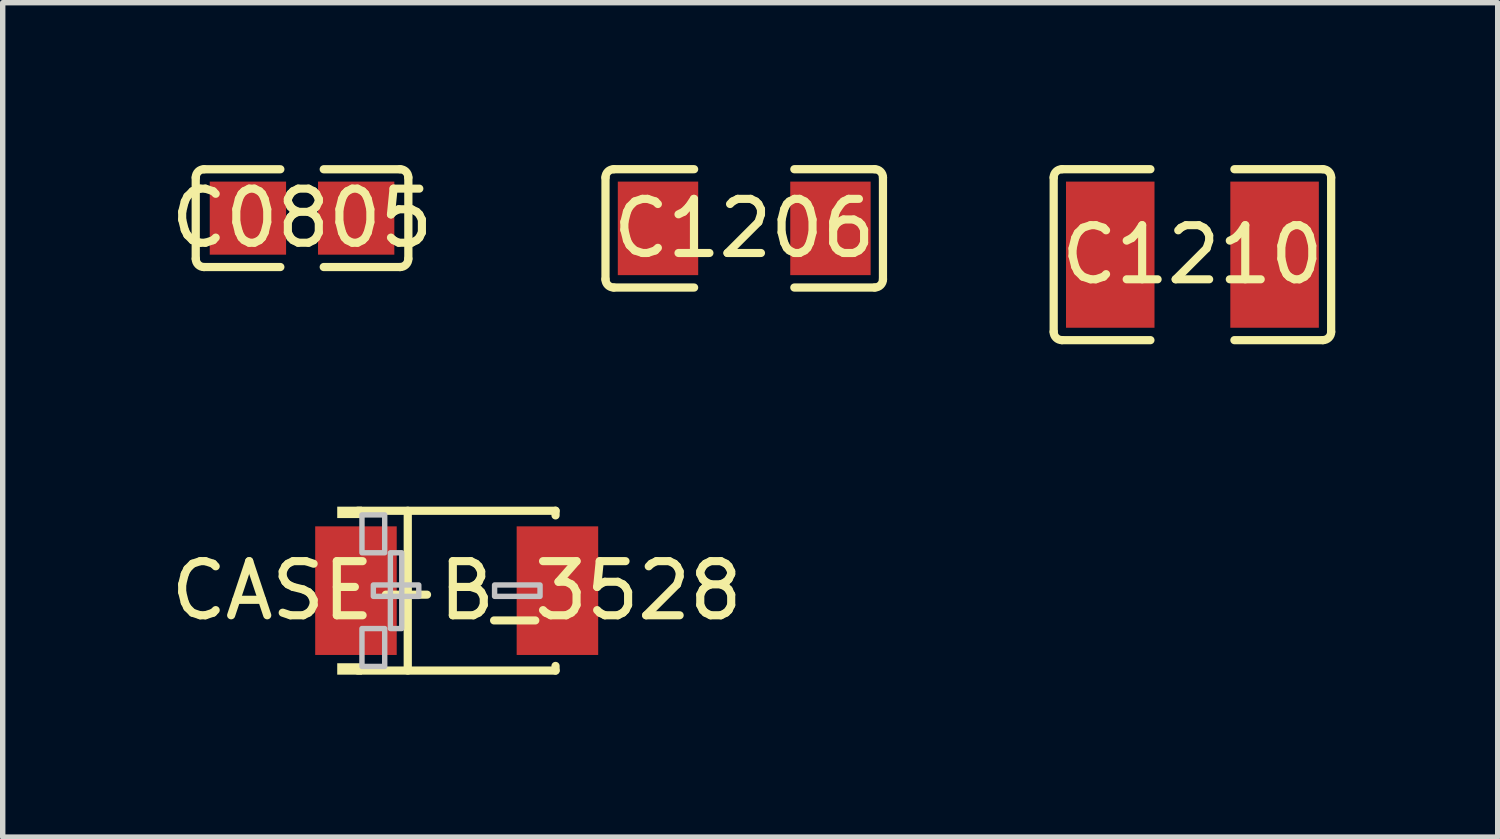
<source format=kicad_pcb>
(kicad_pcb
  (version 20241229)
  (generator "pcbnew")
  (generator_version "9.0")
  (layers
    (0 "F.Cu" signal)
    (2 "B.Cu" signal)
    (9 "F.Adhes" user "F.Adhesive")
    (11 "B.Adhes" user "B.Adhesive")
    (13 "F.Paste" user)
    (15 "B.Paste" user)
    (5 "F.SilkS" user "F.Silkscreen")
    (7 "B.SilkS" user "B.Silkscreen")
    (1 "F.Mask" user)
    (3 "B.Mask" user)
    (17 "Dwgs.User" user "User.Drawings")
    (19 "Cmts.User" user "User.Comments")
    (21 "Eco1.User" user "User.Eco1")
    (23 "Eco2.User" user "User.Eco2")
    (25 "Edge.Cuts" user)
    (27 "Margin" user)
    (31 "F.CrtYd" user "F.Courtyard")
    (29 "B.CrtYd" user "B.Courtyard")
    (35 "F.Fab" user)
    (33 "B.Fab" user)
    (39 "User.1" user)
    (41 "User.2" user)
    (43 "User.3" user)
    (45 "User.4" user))
  (footprint "C1206"
    (layer "F.Cu")
    (at 10.699 1.169)
    (property "Reference" "C1206" (at 0 0 0) (layer "F.SilkS") (effects (font (size 1 1) (thickness 0.15))))
    (fp_line (start -2.563 0.94) (end -2.563 -0.94) (stroke (width 0.152) (type default)) (layer "F.SilkS"))
    (fp_line (start -2.411 -1.093) (end -0.926 -1.093) (stroke (width 0.152) (type default)) (layer "F.SilkS"))
    (fp_line (start -0.926 1.093) (end -2.411 1.093) (stroke (width 0.152) (type default)) (layer "F.SilkS"))
    (fp_line (start 0.926 1.093) (end 2.411 1.093) (stroke (width 0.152) (type default)) (layer "F.SilkS"))
    (fp_line (start 2.411 -1.093) (end 0.926 -1.093) (stroke (width 0.152) (type default)) (layer "F.SilkS"))
    (fp_line (start 2.563 0.94) (end 2.563 -0.94) (stroke (width 0.152) (type default)) (layer "F.SilkS"))
    (fp_arc (start -2.5635 -0.94) (mid -2.518834 -1.047834) (end -2.411 -1.0925) (stroke (width 0.1525) (type default)) (layer "F.SilkS"))
    (fp_arc (start -2.411 1.0925) (mid -2.518834 1.047834) (end -2.5635 0.94) (stroke (width 0.1525) (type default)) (layer "F.SilkS"))
    (fp_arc (start 2.411 -1.0925) (mid 2.518834 -1.047834) (end 2.5635 -0.94) (stroke (width 0.1525) (type default)) (layer "F.SilkS"))
    (fp_arc (start 2.5635 0.94) (mid 2.518834 1.047834) (end 2.411 1.0925) (stroke (width 0.1525) (type default)) (layer "F.SilkS"))
    (fp_poly (pts (xy -0.85 0.764) (xy -0.85 0.394) (xy -0.95 0.294) (xy -1.255 0.294) (xy -1.355 0.194) (xy -1.355 -0.194) (xy -1.255 -0.294) (xy -0.95 -0.294) (xy -0.85 -0.394) (xy -0.85 -0.764) (xy -0.95 -0.864) (xy -2.235 -0.864) (xy -2.335 -0.764) (xy -2.335 0.764) (xy -2.235 0.864) (xy -0.95 0.864)) (stroke (width 0) (type default)) (fill yes) (layer "F.Paste"))
    (fp_poly (pts (xy 0.85 0.764) (xy 0.85 0.394) (xy 0.95 0.294) (xy 1.255 0.294) (xy 1.355 0.194) (xy 1.355 -0.194) (xy 1.255 -0.294) (xy 0.95 -0.294) (xy 0.85 -0.394) (xy 0.85 -0.764) (xy 0.95 -0.864) (xy 2.235 -0.864) (xy 2.335 -0.764) (xy 2.335 0.764) (xy 2.235 0.864) (xy 0.95 0.864)) (stroke (width 0) (type default)) (fill yes) (layer "F.Paste"))
    (fp_poly (pts (xy -1.6 0.8) (xy -1.6 -0.8) (xy -1.1 -0.8) (xy -1.1 0.8)) (stroke (width 0.1) (type default)) (fill no) (layer "User.1"))
    (fp_poly (pts (xy 1.6 0.8) (xy 1.6 -0.8) (xy 1.1 -0.8) (xy 1.1 0.8)) (stroke (width 0.1) (type default)) (fill no) (layer "User.1"))
    (fp_line (start -1.6 -0.8) (end 1.6 -0.8) (stroke (width 0.051) (type default)) (layer "User.2"))
    (fp_line (start -1.6 0.8) (end -1.6 -0.8) (stroke (width 0.051) (type default)) (layer "User.2"))
    (fp_line (start 1.6 -0.8) (end 1.6 0.8) (stroke (width 0.051) (type default)) (layer "User.2"))
    (fp_line (start 1.6 0.8) (end -1.6 0.8) (stroke (width 0.051) (type default)) (layer "User.2"))
    (fp_poly (pts (xy -1.545 0.777) (xy -1.577 0.745) (xy -1.623 0.745) (xy -1.655 0.777) (xy -1.655 0.823) (xy -1.623 0.855) (xy -1.577 0.855) (xy -1.545 0.823)) (stroke (width 0.1) (type default)) (fill no) (layer "User.3"))
    (pad "1" smd rect (at -1.593 0) (size 1.485 1.728) (layers "F.Cu" "F.Mask" "F.Paste"))
    (pad "2" smd rect (at 1.593 0) (size 1.485 1.728) (layers "F.Cu" "F.Mask" "F.Paste")))
  (footprint "CASE-B_3528"
    (layer "F.Cu")
    (at 5.387 7.862)
    (property "Reference" "CASE-B_3528" (at 0 0 0) (layer "F.SilkS") (effects (font (size 1 1) (thickness 0.15))))
    (fp_line (start -0.904 1.476) (end -0.904 -1.476) (stroke (width 0.152) (type default)) (layer "F.SilkS"))
    (fp_line (start 1.826 -1.476) (end -1.826 -1.476) (stroke (width 0.152) (type default)) (layer "F.SilkS"))
    (fp_line (start 1.826 -1.476) (end 1.826 -1.391) (stroke (width 0.152) (type default)) (layer "F.SilkS"))
    (fp_line (start 1.826 1.476) (end -1.826 1.476) (stroke (width 0.152) (type default)) (layer "F.SilkS"))
    (fp_line (start 1.826 1.476) (end 1.826 1.391) (stroke (width 0.152) (type default)) (layer "F.SilkS"))
    (fp_poly (pts (xy -1.75 -1.552) (xy -1.75 -1.341) (xy -2.207 -1.341) (xy -2.207 -1.552)) (stroke (width 0) (type default)) (fill yes) (layer "F.SilkS"))
    (fp_poly (pts (xy -1.75 1.552) (xy -1.75 1.341) (xy -2.207 1.341) (xy -2.207 1.552)) (stroke (width 0) (type default)) (fill yes) (layer "F.SilkS"))
    (fp_poly (pts (xy -1.75 -1.4) (xy -1.75 -0.7) (xy -1.33 -0.7) (xy -1.33 -1.4)) (stroke (width 0.1) (type default)) (fill no) (layer "Dwgs.User"))
    (fp_poly (pts (xy -1.75 1.4) (xy -1.75 0.7) (xy -1.33 0.7) (xy -1.33 1.4)) (stroke (width 0.1) (type default)) (fill no) (layer "Dwgs.User"))
    (fp_poly (pts (xy -1.54 -0.105) (xy -1.54 0.105) (xy -0.7 0.105) (xy -0.7 -0.105)) (stroke (width 0.1) (type default)) (fill no) (layer "Dwgs.User"))
    (fp_poly (pts (xy -1.225 -0.7) (xy -1.225 0.7) (xy -1.015 0.7) (xy -1.015 -0.7)) (stroke (width 0.1) (type default)) (fill no) (layer "Dwgs.User"))
    (fp_poly (pts (xy 1.54 -0.105) (xy 1.54 0.105) (xy 0.7 0.105) (xy 0.7 -0.105)) (stroke (width 0.1) (type default)) (fill no) (layer "Dwgs.User"))
    (fp_poly (pts (xy -1.98 -1.1) (xy -1.98 1.1) (xy -1.28 1.1) (xy -1.28 -1.1)) (stroke (width 0.1) (type default)) (fill no) (layer "User.1"))
    (fp_poly (pts (xy 1.98 -1.1) (xy 1.98 1.1) (xy 1.28 1.1) (xy 1.28 -1.1)) (stroke (width 0.1) (type default)) (fill no) (layer "User.1"))
    (fp_line (start -1.75 -1.4) (end 1.75 -1.4) (stroke (width 0.051) (type default)) (layer "User.2"))
    (fp_line (start -1.75 1.4) (end -1.75 -1.4) (stroke (width 0.051) (type default)) (layer "User.2"))
    (fp_line (start 1.75 -1.4) (end 1.75 1.4) (stroke (width 0.051) (type default)) (layer "User.2"))
    (fp_line (start 1.75 1.4) (end -1.75 1.4) (stroke (width 0.051) (type default)) (layer "User.2"))
    (fp_poly (pts (xy -1.925 1.377) (xy -1.957 1.345) (xy -2.003 1.345) (xy -2.035 1.377) (xy -2.035 1.423) (xy -2.003 1.455) (xy -1.957 1.455) (xy -1.925 1.423)) (stroke (width 0.1) (type default)) (fill no) (layer "User.3"))
    (pad "1" smd rect (at -1.861 0 180) (size 1.506 2.376) (layers "F.Cu" "F.Mask" "F.Paste"))
    (pad "2" smd rect (at 1.861 0 180) (size 1.506 2.376) (layers "F.Cu" "F.Mask" "F.Paste")))
  (footprint "C0805"
    (layer "F.Cu")
    (at 2.53 0.98)
    (property "Reference" "C0805" (at 0 0 0) (layer "F.SilkS") (effects (font (size 1 1) (thickness 0.15))))
    (fp_line (start -1.964 0.751) (end -1.964 -0.751) (stroke (width 0.152) (type default)) (layer "F.SilkS"))
    (fp_line (start -1.811 -0.903) (end -0.401 -0.903) (stroke (width 0.152) (type default)) (layer "F.SilkS"))
    (fp_line (start -0.401 0.903) (end -1.811 0.903) (stroke (width 0.152) (type default)) (layer "F.SilkS"))
    (fp_line (start 0.401 0.903) (end 1.811 0.903) (stroke (width 0.152) (type default)) (layer "F.SilkS"))
    (fp_line (start 1.811 -0.903) (end 0.401 -0.903) (stroke (width 0.152) (type default)) (layer "F.SilkS"))
    (fp_line (start 1.964 0.751) (end 1.964 -0.751) (stroke (width 0.152) (type default)) (layer "F.SilkS"))
    (fp_arc (start -1.9635 -0.751) (mid -1.918834 -0.858834) (end -1.811 -0.9035) (stroke (width 0.1525) (type default)) (layer "F.SilkS"))
    (fp_arc (start -1.811 0.9035) (mid -1.918834 0.858834) (end -1.9635 0.751) (stroke (width 0.1525) (type default)) (layer "F.SilkS"))
    (fp_arc (start 1.811 -0.9035) (mid 1.918834 -0.858834) (end 1.9635 -0.751) (stroke (width 0.1525) (type default)) (layer "F.SilkS"))
    (fp_arc (start 1.9635 0.751) (mid 1.918834 0.858834) (end 1.811 0.9035) (stroke (width 0.1525) (type default)) (layer "F.SilkS"))
    (fp_poly (pts (xy -1.705 0.64) (xy -1.705 -0.64) (xy -1.655 -0.69) (xy -0.505 -0.69) (xy -0.455 -0.64) (xy -0.45 -0.23) (xy -0.9 -0.23) (xy -0.9 0.22) (xy -0.46 0.22) (xy -0.455 0.64) (xy -0.505 0.69) (xy -1.655 0.69)) (stroke (width 0) (type default)) (fill yes) (layer "F.Paste"))
    (fp_poly (pts (xy 1.705 -0.64) (xy 1.705 0.64) (xy 1.655 0.69) (xy 0.505 0.69) (xy 0.455 0.64) (xy 0.45 0.23) (xy 0.9 0.23) (xy 0.9 -0.22) (xy 0.46 -0.22) (xy 0.455 -0.64) (xy 0.505 -0.69) (xy 1.655 -0.69)) (stroke (width 0) (type default)) (fill yes) (layer "F.Paste"))
    (fp_poly (pts (xy -1 0.625) (xy -1 -0.625) (xy -0.5 -0.625) (xy -0.5 0.625)) (stroke (width 0.1) (type default)) (fill no) (layer "User.1"))
    (fp_poly (pts (xy 1 -0.625) (xy 1 0.625) (xy 0.5 0.625) (xy 0.5 -0.625)) (stroke (width 0.1) (type default)) (fill no) (layer "User.1"))
    (fp_line (start -1 -0.625) (end 1 -0.625) (stroke (width 0.051) (type default)) (layer "User.2"))
    (fp_line (start -1 0.625) (end -1 -0.625) (stroke (width 0.051) (type default)) (layer "User.2"))
    (fp_line (start 1 -0.625) (end 1 0.625) (stroke (width 0.051) (type default)) (layer "User.2"))
    (fp_line (start 1 0.625) (end -1 0.625) (stroke (width 0.051) (type default)) (layer "User.2"))
    (fp_poly (pts (xy -0.945 0.602) (xy -0.977 0.57) (xy -1.023 0.57) (xy -1.055 0.602) (xy -1.055 0.648) (xy -1.023 0.68) (xy -0.977 0.68) (xy -0.945 0.648)) (stroke (width 0.1) (type default)) (fill no) (layer "User.3"))
    (pad "1" smd rect (at -1 0) (size 1.41 1.35) (layers "F.Cu" "F.Mask" "F.Paste"))
    (pad "2" smd rect (at 1 0) (size 1.41 1.35) (layers "F.Cu" "F.Mask" "F.Paste")))
  (footprint "C1210"
    (layer "F.Cu")
    (at 18.979 1.655)
    (property "Reference" "C1210" (at 0 0 0) (layer "F.SilkS") (effects (font (size 1 1) (thickness 0.15))))
    (fp_line (start -2.563 1.426) (end -2.563 -1.426) (stroke (width 0.152) (type default)) (layer "F.SilkS"))
    (fp_line (start -2.411 -1.579) (end -0.776 -1.579) (stroke (width 0.152) (type default)) (layer "F.SilkS"))
    (fp_line (start -0.776 1.579) (end -2.411 1.579) (stroke (width 0.152) (type default)) (layer "F.SilkS"))
    (fp_line (start 0.776 1.579) (end 2.411 1.579) (stroke (width 0.152) (type default)) (layer "F.SilkS"))
    (fp_line (start 2.411 -1.579) (end 0.776 -1.579) (stroke (width 0.152) (type default)) (layer "F.SilkS"))
    (fp_line (start 2.563 1.426) (end 2.563 -1.426) (stroke (width 0.152) (type default)) (layer "F.SilkS"))
    (fp_arc (start -2.5635 -1.426) (mid -2.518834 -1.533834) (end -2.411 -1.5785) (stroke (width 0.1525) (type default)) (layer "F.SilkS"))
    (fp_arc (start -2.411 1.5785) (mid -2.518834 1.533834) (end -2.5635 1.426) (stroke (width 0.1525) (type default)) (layer "F.SilkS"))
    (fp_arc (start 2.411 -1.5785) (mid 2.518834 -1.533834) (end 2.5635 -1.426) (stroke (width 0.1525) (type default)) (layer "F.SilkS"))
    (fp_arc (start 2.5635 1.426) (mid 2.518834 1.533834) (end 2.411 1.5785) (stroke (width 0.1525) (type default)) (layer "F.SilkS"))
    (fp_poly (pts (xy -0.7 1.25) (xy -0.7 0.559) (xy -0.8 0.459) (xy -1.156 0.459) (xy -1.256 0.359) (xy -1.256 -0.359) (xy -1.156 -0.459) (xy -0.8 -0.459) (xy -0.7 -0.559) (xy -0.7 -1.25) (xy -0.8 -1.35) (xy -2.235 -1.35) (xy -2.335 -1.25) (xy -2.335 1.25) (xy -2.235 1.35) (xy -0.8 1.35)) (stroke (width 0) (type default)) (fill yes) (layer "F.Paste"))
    (fp_poly (pts (xy 0.7 1.25) (xy 0.7 0.559) (xy 0.8 0.459) (xy 1.156 0.459) (xy 1.256 0.359) (xy 1.256 -0.359) (xy 1.156 -0.459) (xy 0.8 -0.459) (xy 0.7 -0.559) (xy 0.7 -1.25) (xy 0.8 -1.35) (xy 2.235 -1.35) (xy 2.335 -1.25) (xy 2.335 1.25) (xy 2.235 1.35) (xy 0.8 1.35)) (stroke (width 0) (type default)) (fill yes) (layer "F.Paste"))
    (fp_poly (pts (xy -1.6 1.25) (xy -1.6 -1.25) (xy -1 -1.25) (xy -1 1.25)) (stroke (width 0.1) (type default)) (fill no) (layer "User.1"))
    (fp_poly (pts (xy 1.6 1.25) (xy 1.6 -1.25) (xy 1 -1.25) (xy 1 1.25)) (stroke (width 0.1) (type default)) (fill no) (layer "User.1"))
    (fp_line (start -1.6 -1.25) (end 1.6 -1.25) (stroke (width 0.051) (type default)) (layer "User.2"))
    (fp_line (start -1.6 1.25) (end -1.6 -1.25) (stroke (width 0.051) (type default)) (layer "User.2"))
    (fp_line (start 1.6 -1.25) (end 1.6 1.25) (stroke (width 0.051) (type default)) (layer "User.2"))
    (fp_line (start 1.6 1.25) (end -1.6 1.25) (stroke (width 0.051) (type default)) (layer "User.2"))
    (fp_poly (pts (xy -1.545 1.227) (xy -1.577 1.195) (xy -1.623 1.195) (xy -1.655 1.227) (xy -1.655 1.273) (xy -1.623 1.305) (xy -1.577 1.305) (xy -1.545 1.273)) (stroke (width 0.1) (type default)) (fill no) (layer "User.3"))
    (pad "1" smd rect (at -1.518 0) (size 1.635 2.7) (layers "F.Cu" "F.Mask" "F.Paste"))
    (pad "2" smd rect (at 1.518 0) (size 1.635 2.7) (layers "F.Cu" "F.Mask" "F.Paste")))
  (gr_rect
    (start -3 -3)
    (end 24.619 12.415)
    (stroke (width 0.1) (type default))
    (fill no)
    (layer "Edge.Cuts")))
</source>
